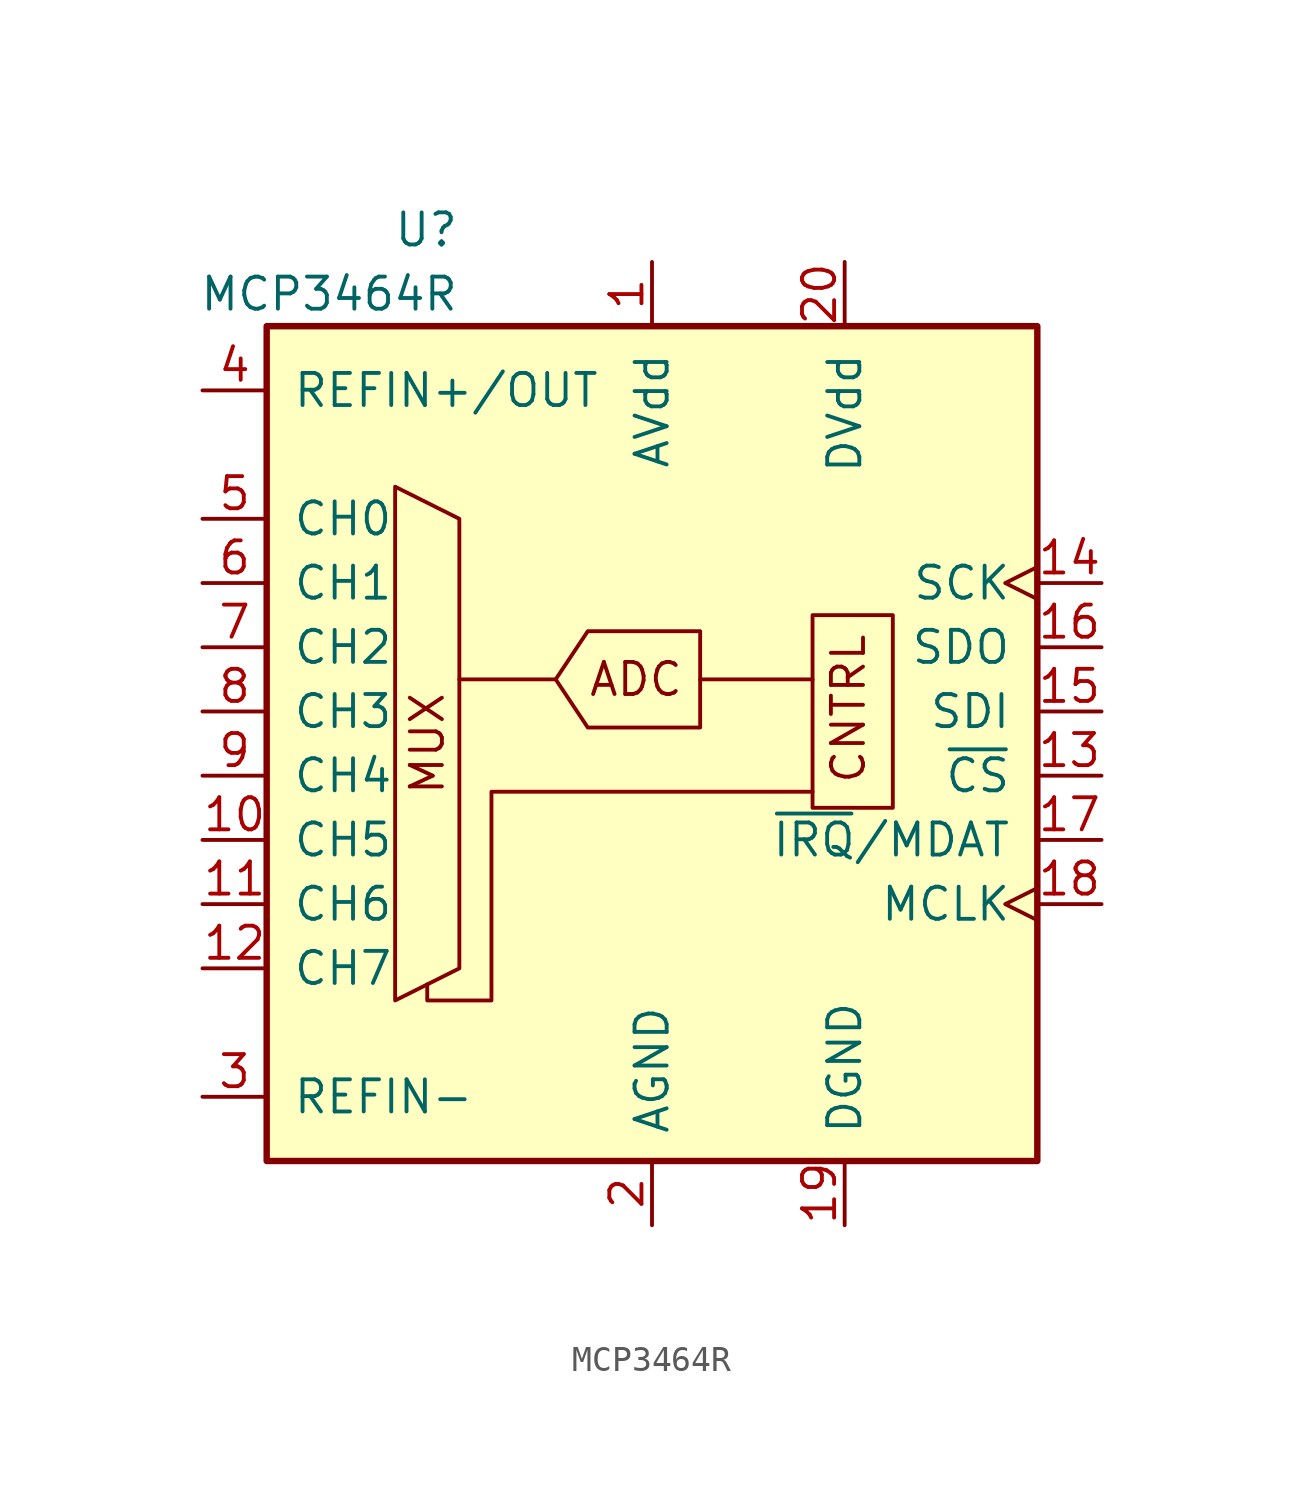
<source format=kicad_sym>
(kicad_symbol_lib
  (version 20220914)
  (generator kicad_symbol_editor)
  (symbol "MCP3464R"
    (pin_names
      (offset 1.016))
    (property "Reference" "U"
      (at -5.08 19.05 0)
      (effects (font (size 1.27 1.27)) (justify right)))
    (property "Value" "MCP3464R"
      (at -5.08 16.51 0)
      (effects (font (size 1.27 1.27)) (justify right)))
    (symbol "MCP3464R_0_0"
      (text "ADC" (at 1.905 1.27 0) (effects (font (size 1.27 1.27))))
      (text "CNTRL" (at 11.049 -2.921 900) (effects (font (size 1.27 1.27)) (justify left bottom)))
      (text "MUX" (at -6.35 -1.27 900) (effects (font (size 1.27 1.27)))))
    (symbol "MCP3464R_0_1"
      (rectangle (start -12.7 15.24) (end 17.78 -17.78) (stroke (width 0.254) (type default)) (fill (type background)))
      (polyline (pts (xy -1.27 1.27) (xy -5.08 1.27)) (stroke (width 0) (type default)) (fill (type none)))
      (polyline (pts (xy 4.445 1.27) (xy 8.89 1.27)) (stroke (width 0) (type default)) (fill (type none)))
      (polyline (pts (xy -7.62 8.89) (xy -7.62 -11.43) (xy -5.08 -10.16) (xy -5.08 7.62) (xy -7.62 8.89)) (stroke (width 0) (type default)) (fill (type none)))
      (polyline (pts (xy 8.89 -3.175) (xy -3.81 -3.175) (xy -3.81 -11.43) (xy -6.35 -11.43) (xy -6.35 -10.795)) (stroke (width 0) (type default)) (fill (type none)))
      (polyline (pts (xy 4.445 3.175) (xy 4.445 -0.635) (xy 0 -0.635) (xy -1.27 1.27) (xy 0 3.175) (xy 4.445 3.175)) (stroke (width 0) (type default)) (fill (type none)))
      (rectangle (start 8.89 3.81) (end 12.065 -3.81) (stroke (width 0) (type default)) (fill (type none))))
    (symbol "MCP3464R_1_1"
      (pin power_in line (at 2.54 17.78 270) (length 2.54) (name "AVdd" (effects (font (size 1.27 1.27)))) (number "1" (effects (font (size 1.27 1.27)))))
      (pin input line (at -15.24 -5.08 0) (length 2.54) (name "CH5" (effects (font (size 1.27 1.27)))) (number "10" (effects (font (size 1.27 1.27)))))
      (pin input line (at -15.24 -7.62 0) (length 2.54) (name "CH6" (effects (font (size 1.27 1.27)))) (number "11" (effects (font (size 1.27 1.27)))))
      (pin input line (at -15.24 -10.16 0) (length 2.54) (name "CH7" (effects (font (size 1.27 1.27)))) (number "12" (effects (font (size 1.27 1.27)))))
      (pin input line (at 20.32 -2.54 180) (length 2.54) (name "~{CS}" (effects (font (size 1.27 1.27)))) (number "13" (effects (font (size 1.27 1.27)))))
      (pin input clock (at 20.32 5.08 180) (length 2.54) (name "SCK" (effects (font (size 1.27 1.27)))) (number "14" (effects (font (size 1.27 1.27)))))
      (pin input line (at 20.32 0 180) (length 2.54) (name "SDI" (effects (font (size 1.27 1.27)))) (number "15" (effects (font (size 1.27 1.27)))))
      (pin output line (at 20.32 2.54 180) (length 2.54) (name "SDO" (effects (font (size 1.27 1.27)))) (number "16" (effects (font (size 1.27 1.27)))))
      (pin output line (at 20.32 -5.08 180) (length 2.54) (name "~{IRQ}/MDAT" (effects (font (size 1.27 1.27)))) (number "17" (effects (font (size 1.27 1.27)))))
      (pin input clock (at 20.32 -7.62 180) (length 2.54) (name "MCLK" (effects (font (size 1.27 1.27)))) (number "18" (effects (font (size 1.27 1.27)))))
      (pin power_in line (at 10.16 -20.32 90) (length 2.54) (name "DGND" (effects (font (size 1.27 1.27)))) (number "19" (effects (font (size 1.27 1.27)))))
      (pin power_in line (at 2.54 -20.32 90) (length 2.54) (name "AGND" (effects (font (size 1.27 1.27)))) (number "2" (effects (font (size 1.27 1.27)))))
      (pin power_in line (at 10.16 17.78 270) (length 2.54) (name "DVdd" (effects (font (size 1.27 1.27)))) (number "20" (effects (font (size 1.27 1.27)))))
      (pin input line (at -15.24 -15.24 0) (length 2.54) (name "REFIN-" (effects (font (size 1.27 1.27)))) (number "3" (effects (font (size 1.27 1.27)))))
      (pin bidirectional line (at -15.24 12.7 0) (length 2.54) (name "REFIN+/OUT" (effects (font (size 1.27 1.27)))) (number "4" (effects (font (size 1.27 1.27)))))
      (pin input line (at -15.24 7.62 0) (length 2.54) (name "CH0" (effects (font (size 1.27 1.27)))) (number "5" (effects (font (size 1.27 1.27)))))
      (pin input line (at -15.24 5.08 0) (length 2.54) (name "CH1" (effects (font (size 1.27 1.27)))) (number "6" (effects (font (size 1.27 1.27)))))
      (pin input line (at -15.24 2.54 0) (length 2.54) (name "CH2" (effects (font (size 1.27 1.27)))) (number "7" (effects (font (size 1.27 1.27)))))
      (pin input line (at -15.24 0 0) (length 2.54) (name "CH3" (effects (font (size 1.27 1.27)))) (number "8" (effects (font (size 1.27 1.27)))))
      (pin input line (at -15.24 -2.54 0) (length 2.54) (name "CH4" (effects (font (size 1.27 1.27)))) (number "9" (effects (font (size 1.27 1.27))))))))
</source>
